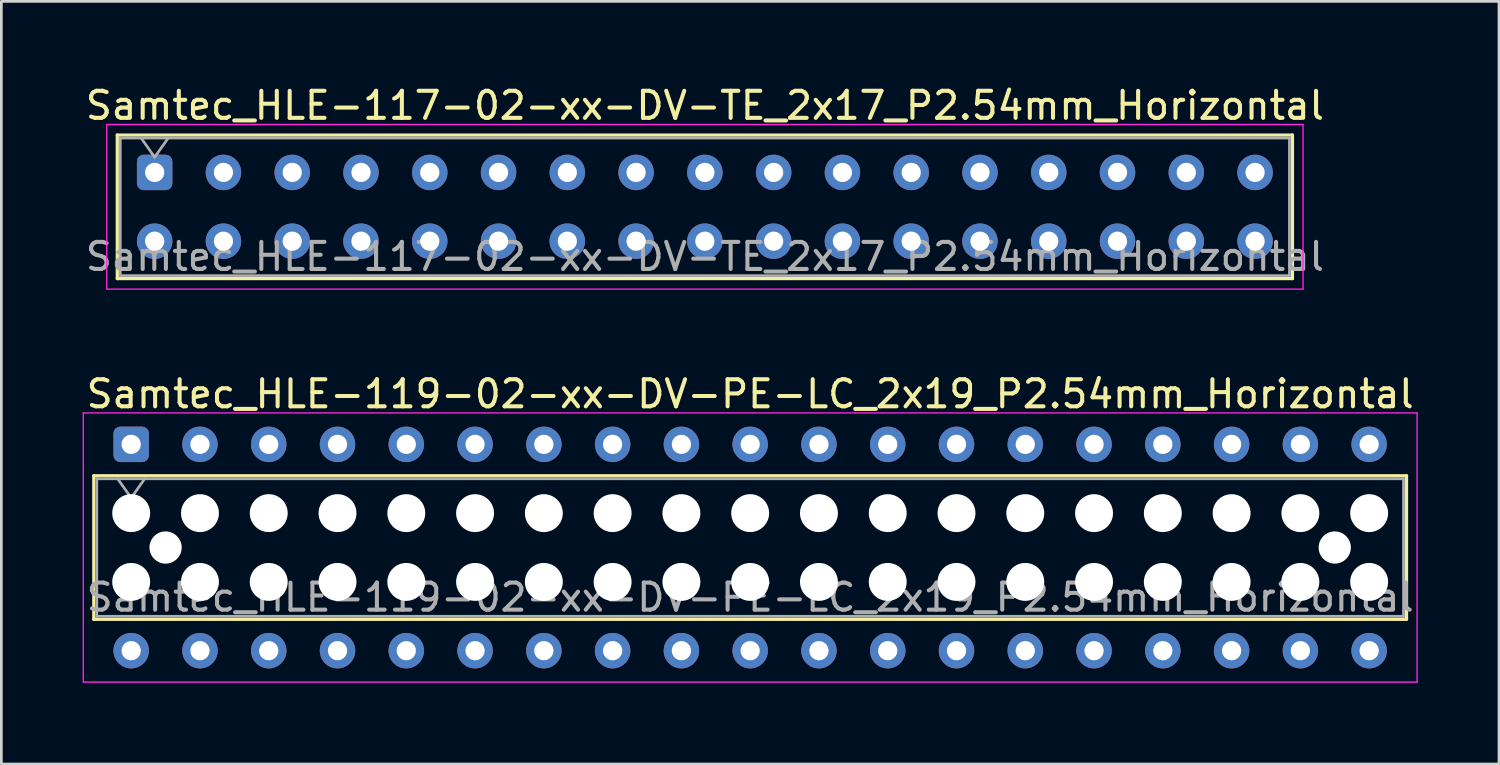
<source format=kicad_pcb>
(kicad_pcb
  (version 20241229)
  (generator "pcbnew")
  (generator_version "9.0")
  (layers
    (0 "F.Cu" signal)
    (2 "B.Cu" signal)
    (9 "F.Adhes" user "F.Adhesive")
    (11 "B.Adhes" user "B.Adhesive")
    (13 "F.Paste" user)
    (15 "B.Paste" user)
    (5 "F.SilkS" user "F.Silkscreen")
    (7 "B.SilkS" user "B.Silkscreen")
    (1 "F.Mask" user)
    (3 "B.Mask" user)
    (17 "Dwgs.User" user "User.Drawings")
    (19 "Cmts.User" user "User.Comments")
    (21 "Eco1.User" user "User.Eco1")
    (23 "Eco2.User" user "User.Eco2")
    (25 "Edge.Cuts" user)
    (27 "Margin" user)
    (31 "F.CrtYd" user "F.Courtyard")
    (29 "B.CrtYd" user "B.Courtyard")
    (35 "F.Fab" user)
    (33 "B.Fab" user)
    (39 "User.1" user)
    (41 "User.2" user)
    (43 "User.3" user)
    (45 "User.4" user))
  (footprint "Samtec_HLE-119-02-xx-DV-PE-LC_2x19_P2.54mm_Horizontal"
    (layer "F.Cu")
    (at 1.795 13.361)
    (property "Reference" "Samtec_HLE-119-02-xx-DV-PE-LC_2x19_P2.54mm_Horizontal" (at 22.86 -1.86 0) (layer "F.SilkS") (effects (font (size 1 1) (thickness 0.15))))
    (attr through_hole)
    (fp_line (start -1.38 1.16) (end 47.1 1.16) (stroke (width 0.12) (type solid)) (layer "F.SilkS"))
    (fp_line (start -1.38 6.46) (end -1.38 1.16) (stroke (width 0.12) (type solid)) (layer "F.SilkS"))
    (fp_line (start 47.1 1.16) (end 47.1 6.46) (stroke (width 0.12) (type solid)) (layer "F.SilkS"))
    (fp_line (start 47.1 6.46) (end -1.38 6.46) (stroke (width 0.12) (type solid)) (layer "F.SilkS"))
    (fp_line (start -1.77 -1.16) (end 47.49 -1.16) (stroke (width 0.05) (type solid)) (layer "F.CrtYd"))
    (fp_line (start -1.77 8.78) (end -1.77 -1.16) (stroke (width 0.05) (type solid)) (layer "F.CrtYd"))
    (fp_line (start 47.49 -1.16) (end 47.49 8.78) (stroke (width 0.05) (type solid)) (layer "F.CrtYd"))
    (fp_line (start 47.49 8.78) (end -1.77 8.78) (stroke (width 0.05) (type solid)) (layer "F.CrtYd"))
    (fp_line (start -1.27 1.27) (end 46.99 1.27) (stroke (width 0.1) (type solid)) (layer "F.Fab"))
    (fp_line (start -1.27 6.35) (end -1.27 1.27) (stroke (width 0.1) (type solid)) (layer "F.Fab"))
    (fp_line (start -0.5 1.27) (end 0 1.977) (stroke (width 0.1) (type solid)) (layer "F.Fab"))
    (fp_line (start 0 1.977) (end 0.5 1.27) (stroke (width 0.1) (type solid)) (layer "F.Fab"))
    (fp_line (start 46.99 1.27) (end 46.99 6.35) (stroke (width 0.1) (type solid)) (layer "F.Fab"))
    (fp_line (start 46.99 6.35) (end -1.27 6.35) (stroke (width 0.1) (type solid)) (layer "F.Fab"))
    (fp_text user "${REFERENCE}" (at 22.86 5.65 0) (layer "F.Fab") (effects (font (size 1 1) (thickness 0.15))))
    (pad "" np_thru_hole circle (at 0 2.54) (size 1.4 1.4) (drill 1.4) (layers "*.Cu" "*.Mask"))
    (pad "" np_thru_hole circle (at 0 5.08) (size 1.4 1.4) (drill 1.4) (layers "*.Cu" "*.Mask"))
    (pad "" np_thru_hole circle (at 1.27 3.81) (size 1.19 1.19) (drill 1.19) (layers "*.Cu" "*.Mask"))
    (pad "" np_thru_hole circle (at 2.54 2.54) (size 1.4 1.4) (drill 1.4) (layers "*.Cu" "*.Mask"))
    (pad "" np_thru_hole circle (at 2.54 5.08) (size 1.4 1.4) (drill 1.4) (layers "*.Cu" "*.Mask"))
    (pad "" np_thru_hole circle (at 5.08 2.54) (size 1.4 1.4) (drill 1.4) (layers "*.Cu" "*.Mask"))
    (pad "" np_thru_hole circle (at 5.08 5.08) (size 1.4 1.4) (drill 1.4) (layers "*.Cu" "*.Mask"))
    (pad "" np_thru_hole circle (at 7.62 2.54) (size 1.4 1.4) (drill 1.4) (layers "*.Cu" "*.Mask"))
    (pad "" np_thru_hole circle (at 7.62 5.08) (size 1.4 1.4) (drill 1.4) (layers "*.Cu" "*.Mask"))
    (pad "" np_thru_hole circle (at 10.16 2.54) (size 1.4 1.4) (drill 1.4) (layers "*.Cu" "*.Mask"))
    (pad "" np_thru_hole circle (at 10.16 5.08) (size 1.4 1.4) (drill 1.4) (layers "*.Cu" "*.Mask"))
    (pad "" np_thru_hole circle (at 12.7 2.54) (size 1.4 1.4) (drill 1.4) (layers "*.Cu" "*.Mask"))
    (pad "" np_thru_hole circle (at 12.7 5.08) (size 1.4 1.4) (drill 1.4) (layers "*.Cu" "*.Mask"))
    (pad "" np_thru_hole circle (at 15.24 2.54) (size 1.4 1.4) (drill 1.4) (layers "*.Cu" "*.Mask"))
    (pad "" np_thru_hole circle (at 15.24 5.08) (size 1.4 1.4) (drill 1.4) (layers "*.Cu" "*.Mask"))
    (pad "" np_thru_hole circle (at 17.78 2.54) (size 1.4 1.4) (drill 1.4) (layers "*.Cu" "*.Mask"))
    (pad "" np_thru_hole circle (at 17.78 5.08) (size 1.4 1.4) (drill 1.4) (layers "*.Cu" "*.Mask"))
    (pad "" np_thru_hole circle (at 20.32 2.54) (size 1.4 1.4) (drill 1.4) (layers "*.Cu" "*.Mask"))
    (pad "" np_thru_hole circle (at 20.32 5.08) (size 1.4 1.4) (drill 1.4) (layers "*.Cu" "*.Mask"))
    (pad "" np_thru_hole circle (at 22.86 2.54) (size 1.4 1.4) (drill 1.4) (layers "*.Cu" "*.Mask"))
    (pad "" np_thru_hole circle (at 22.86 5.08) (size 1.4 1.4) (drill 1.4) (layers "*.Cu" "*.Mask"))
    (pad "" np_thru_hole circle (at 25.4 2.54) (size 1.4 1.4) (drill 1.4) (layers "*.Cu" "*.Mask"))
    (pad "" np_thru_hole circle (at 25.4 5.08) (size 1.4 1.4) (drill 1.4) (layers "*.Cu" "*.Mask"))
    (pad "" np_thru_hole circle (at 27.94 2.54) (size 1.4 1.4) (drill 1.4) (layers "*.Cu" "*.Mask"))
    (pad "" np_thru_hole circle (at 27.94 5.08) (size 1.4 1.4) (drill 1.4) (layers "*.Cu" "*.Mask"))
    (pad "" np_thru_hole circle (at 30.48 2.54) (size 1.4 1.4) (drill 1.4) (layers "*.Cu" "*.Mask"))
    (pad "" np_thru_hole circle (at 30.48 5.08) (size 1.4 1.4) (drill 1.4) (layers "*.Cu" "*.Mask"))
    (pad "" np_thru_hole circle (at 33.02 2.54) (size 1.4 1.4) (drill 1.4) (layers "*.Cu" "*.Mask"))
    (pad "" np_thru_hole circle (at 33.02 5.08) (size 1.4 1.4) (drill 1.4) (layers "*.Cu" "*.Mask"))
    (pad "" np_thru_hole circle (at 35.56 2.54) (size 1.4 1.4) (drill 1.4) (layers "*.Cu" "*.Mask"))
    (pad "" np_thru_hole circle (at 35.56 5.08) (size 1.4 1.4) (drill 1.4) (layers "*.Cu" "*.Mask"))
    (pad "" np_thru_hole circle (at 38.1 2.54) (size 1.4 1.4) (drill 1.4) (layers "*.Cu" "*.Mask"))
    (pad "" np_thru_hole circle (at 38.1 5.08) (size 1.4 1.4) (drill 1.4) (layers "*.Cu" "*.Mask"))
    (pad "" np_thru_hole circle (at 40.64 2.54) (size 1.4 1.4) (drill 1.4) (layers "*.Cu" "*.Mask"))
    (pad "" np_thru_hole circle (at 40.64 5.08) (size 1.4 1.4) (drill 1.4) (layers "*.Cu" "*.Mask"))
    (pad "" np_thru_hole circle (at 43.18 2.54) (size 1.4 1.4) (drill 1.4) (layers "*.Cu" "*.Mask"))
    (pad "" np_thru_hole circle (at 43.18 5.08) (size 1.4 1.4) (drill 1.4) (layers "*.Cu" "*.Mask"))
    (pad "" np_thru_hole circle (at 44.45 3.81) (size 1.19 1.19) (drill 1.19) (layers "*.Cu" "*.Mask"))
    (pad "" np_thru_hole circle (at 45.72 2.54) (size 1.4 1.4) (drill 1.4) (layers "*.Cu" "*.Mask"))
    (pad "" np_thru_hole circle (at 45.72 5.08) (size 1.4 1.4) (drill 1.4) (layers "*.Cu" "*.Mask"))
    (pad "1" thru_hole roundrect (at 0 0) (size 1.31 1.31) (drill 0.71) (layers "*.Cu" "*.Mask") (roundrect_rratio 0.191))
    (pad "2" thru_hole circle (at 0 7.62) (size 1.31 1.31) (drill 0.71) (layers "*.Cu" "*.Mask"))
    (pad "3" thru_hole circle (at 2.54 0) (size 1.31 1.31) (drill 0.71) (layers "*.Cu" "*.Mask"))
    (pad "4" thru_hole circle (at 2.54 7.62) (size 1.31 1.31) (drill 0.71) (layers "*.Cu" "*.Mask"))
    (pad "5" thru_hole circle (at 5.08 0) (size 1.31 1.31) (drill 0.71) (layers "*.Cu" "*.Mask"))
    (pad "6" thru_hole circle (at 5.08 7.62) (size 1.31 1.31) (drill 0.71) (layers "*.Cu" "*.Mask"))
    (pad "7" thru_hole circle (at 7.62 0) (size 1.31 1.31) (drill 0.71) (layers "*.Cu" "*.Mask"))
    (pad "8" thru_hole circle (at 7.62 7.62) (size 1.31 1.31) (drill 0.71) (layers "*.Cu" "*.Mask"))
    (pad "9" thru_hole circle (at 10.16 0) (size 1.31 1.31) (drill 0.71) (layers "*.Cu" "*.Mask"))
    (pad "10" thru_hole circle (at 10.16 7.62) (size 1.31 1.31) (drill 0.71) (layers "*.Cu" "*.Mask"))
    (pad "11" thru_hole circle (at 12.7 0) (size 1.31 1.31) (drill 0.71) (layers "*.Cu" "*.Mask"))
    (pad "12" thru_hole circle (at 12.7 7.62) (size 1.31 1.31) (drill 0.71) (layers "*.Cu" "*.Mask"))
    (pad "13" thru_hole circle (at 15.24 0) (size 1.31 1.31) (drill 0.71) (layers "*.Cu" "*.Mask"))
    (pad "14" thru_hole circle (at 15.24 7.62) (size 1.31 1.31) (drill 0.71) (layers "*.Cu" "*.Mask"))
    (pad "15" thru_hole circle (at 17.78 0) (size 1.31 1.31) (drill 0.71) (layers "*.Cu" "*.Mask"))
    (pad "16" thru_hole circle (at 17.78 7.62) (size 1.31 1.31) (drill 0.71) (layers "*.Cu" "*.Mask"))
    (pad "17" thru_hole circle (at 20.32 0) (size 1.31 1.31) (drill 0.71) (layers "*.Cu" "*.Mask"))
    (pad "18" thru_hole circle (at 20.32 7.62) (size 1.31 1.31) (drill 0.71) (layers "*.Cu" "*.Mask"))
    (pad "19" thru_hole circle (at 22.86 0) (size 1.31 1.31) (drill 0.71) (layers "*.Cu" "*.Mask"))
    (pad "20" thru_hole circle (at 22.86 7.62) (size 1.31 1.31) (drill 0.71) (layers "*.Cu" "*.Mask"))
    (pad "21" thru_hole circle (at 25.4 0) (size 1.31 1.31) (drill 0.71) (layers "*.Cu" "*.Mask"))
    (pad "22" thru_hole circle (at 25.4 7.62) (size 1.31 1.31) (drill 0.71) (layers "*.Cu" "*.Mask"))
    (pad "23" thru_hole circle (at 27.94 0) (size 1.31 1.31) (drill 0.71) (layers "*.Cu" "*.Mask"))
    (pad "24" thru_hole circle (at 27.94 7.62) (size 1.31 1.31) (drill 0.71) (layers "*.Cu" "*.Mask"))
    (pad "25" thru_hole circle (at 30.48 0) (size 1.31 1.31) (drill 0.71) (layers "*.Cu" "*.Mask"))
    (pad "26" thru_hole circle (at 30.48 7.62) (size 1.31 1.31) (drill 0.71) (layers "*.Cu" "*.Mask"))
    (pad "27" thru_hole circle (at 33.02 0) (size 1.31 1.31) (drill 0.71) (layers "*.Cu" "*.Mask"))
    (pad "28" thru_hole circle (at 33.02 7.62) (size 1.31 1.31) (drill 0.71) (layers "*.Cu" "*.Mask"))
    (pad "29" thru_hole circle (at 35.56 0) (size 1.31 1.31) (drill 0.71) (layers "*.Cu" "*.Mask"))
    (pad "30" thru_hole circle (at 35.56 7.62) (size 1.31 1.31) (drill 0.71) (layers "*.Cu" "*.Mask"))
    (pad "31" thru_hole circle (at 38.1 0) (size 1.31 1.31) (drill 0.71) (layers "*.Cu" "*.Mask"))
    (pad "32" thru_hole circle (at 38.1 7.62) (size 1.31 1.31) (drill 0.71) (layers "*.Cu" "*.Mask"))
    (pad "33" thru_hole circle (at 40.64 0) (size 1.31 1.31) (drill 0.71) (layers "*.Cu" "*.Mask"))
    (pad "34" thru_hole circle (at 40.64 7.62) (size 1.31 1.31) (drill 0.71) (layers "*.Cu" "*.Mask"))
    (pad "35" thru_hole circle (at 43.18 0) (size 1.31 1.31) (drill 0.71) (layers "*.Cu" "*.Mask"))
    (pad "36" thru_hole circle (at 43.18 7.62) (size 1.31 1.31) (drill 0.71) (layers "*.Cu" "*.Mask"))
    (pad "37" thru_hole circle (at 45.72 0) (size 1.31 1.31) (drill 0.71) (layers "*.Cu" "*.Mask"))
    (pad "38" thru_hole circle (at 45.72 7.62) (size 1.31 1.31) (drill 0.71) (layers "*.Cu" "*.Mask")))
  (footprint "Samtec_HLE-117-02-xx-DV-TE_2x17_P2.54mm_Horizontal"
    (layer "F.Cu")
    (at 2.662 3.318)
    (property "Reference" "Samtec_HLE-117-02-xx-DV-TE_2x17_P2.54mm_Horizontal" (at 20.32 -2.47 0) (layer "F.SilkS") (effects (font (size 1 1) (thickness 0.15))))
    (attr through_hole)
    (fp_line (start -1.38 -1.38) (end 42.02 -1.38) (stroke (width 0.12) (type solid)) (layer "F.SilkS"))
    (fp_line (start -1.38 3.92) (end -1.38 -1.38) (stroke (width 0.12) (type solid)) (layer "F.SilkS"))
    (fp_line (start 42.02 -1.38) (end 42.02 3.92) (stroke (width 0.12) (type solid)) (layer "F.SilkS"))
    (fp_line (start 42.02 3.92) (end -1.38 3.92) (stroke (width 0.12) (type solid)) (layer "F.SilkS"))
    (fp_line (start -1.77 -1.77) (end 42.41 -1.77) (stroke (width 0.05) (type solid)) (layer "F.CrtYd"))
    (fp_line (start -1.77 4.31) (end -1.77 -1.77) (stroke (width 0.05) (type solid)) (layer "F.CrtYd"))
    (fp_line (start 42.41 -1.77) (end 42.41 4.31) (stroke (width 0.05) (type solid)) (layer "F.CrtYd"))
    (fp_line (start 42.41 4.31) (end -1.77 4.31) (stroke (width 0.05) (type solid)) (layer "F.CrtYd"))
    (fp_line (start -1.27 -1.27) (end 41.91 -1.27) (stroke (width 0.1) (type solid)) (layer "F.Fab"))
    (fp_line (start -1.27 3.81) (end -1.27 -1.27) (stroke (width 0.1) (type solid)) (layer "F.Fab"))
    (fp_line (start -0.5 -1.27) (end 0 -0.563) (stroke (width 0.1) (type solid)) (layer "F.Fab"))
    (fp_line (start 0 -0.563) (end 0.5 -1.27) (stroke (width 0.1) (type solid)) (layer "F.Fab"))
    (fp_line (start 41.91 -1.27) (end 41.91 3.81) (stroke (width 0.1) (type solid)) (layer "F.Fab"))
    (fp_line (start 41.91 3.81) (end -1.27 3.81) (stroke (width 0.1) (type solid)) (layer "F.Fab"))
    (fp_text user "${REFERENCE}" (at 20.32 3.11 0) (layer "F.Fab") (effects (font (size 1 1) (thickness 0.15))))
    (pad "1" thru_hole roundrect (at 0 0) (size 1.31 1.31) (drill 0.71) (layers "*.Cu" "*.Mask") (roundrect_rratio 0.191))
    (pad "2" thru_hole circle (at 0 2.54) (size 1.31 1.31) (drill 0.71) (layers "*.Cu" "*.Mask"))
    (pad "3" thru_hole circle (at 2.54 0) (size 1.31 1.31) (drill 0.71) (layers "*.Cu" "*.Mask"))
    (pad "4" thru_hole circle (at 2.54 2.54) (size 1.31 1.31) (drill 0.71) (layers "*.Cu" "*.Mask"))
    (pad "5" thru_hole circle (at 5.08 0) (size 1.31 1.31) (drill 0.71) (layers "*.Cu" "*.Mask"))
    (pad "6" thru_hole circle (at 5.08 2.54) (size 1.31 1.31) (drill 0.71) (layers "*.Cu" "*.Mask"))
    (pad "7" thru_hole circle (at 7.62 0) (size 1.31 1.31) (drill 0.71) (layers "*.Cu" "*.Mask"))
    (pad "8" thru_hole circle (at 7.62 2.54) (size 1.31 1.31) (drill 0.71) (layers "*.Cu" "*.Mask"))
    (pad "9" thru_hole circle (at 10.16 0) (size 1.31 1.31) (drill 0.71) (layers "*.Cu" "*.Mask"))
    (pad "10" thru_hole circle (at 10.16 2.54) (size 1.31 1.31) (drill 0.71) (layers "*.Cu" "*.Mask"))
    (pad "11" thru_hole circle (at 12.7 0) (size 1.31 1.31) (drill 0.71) (layers "*.Cu" "*.Mask"))
    (pad "12" thru_hole circle (at 12.7 2.54) (size 1.31 1.31) (drill 0.71) (layers "*.Cu" "*.Mask"))
    (pad "13" thru_hole circle (at 15.24 0) (size 1.31 1.31) (drill 0.71) (layers "*.Cu" "*.Mask"))
    (pad "14" thru_hole circle (at 15.24 2.54) (size 1.31 1.31) (drill 0.71) (layers "*.Cu" "*.Mask"))
    (pad "15" thru_hole circle (at 17.78 0) (size 1.31 1.31) (drill 0.71) (layers "*.Cu" "*.Mask"))
    (pad "16" thru_hole circle (at 17.78 2.54) (size 1.31 1.31) (drill 0.71) (layers "*.Cu" "*.Mask"))
    (pad "17" thru_hole circle (at 20.32 0) (size 1.31 1.31) (drill 0.71) (layers "*.Cu" "*.Mask"))
    (pad "18" thru_hole circle (at 20.32 2.54) (size 1.31 1.31) (drill 0.71) (layers "*.Cu" "*.Mask"))
    (pad "19" thru_hole circle (at 22.86 0) (size 1.31 1.31) (drill 0.71) (layers "*.Cu" "*.Mask"))
    (pad "20" thru_hole circle (at 22.86 2.54) (size 1.31 1.31) (drill 0.71) (layers "*.Cu" "*.Mask"))
    (pad "21" thru_hole circle (at 25.4 0) (size 1.31 1.31) (drill 0.71) (layers "*.Cu" "*.Mask"))
    (pad "22" thru_hole circle (at 25.4 2.54) (size 1.31 1.31) (drill 0.71) (layers "*.Cu" "*.Mask"))
    (pad "23" thru_hole circle (at 27.94 0) (size 1.31 1.31) (drill 0.71) (layers "*.Cu" "*.Mask"))
    (pad "24" thru_hole circle (at 27.94 2.54) (size 1.31 1.31) (drill 0.71) (layers "*.Cu" "*.Mask"))
    (pad "25" thru_hole circle (at 30.48 0) (size 1.31 1.31) (drill 0.71) (layers "*.Cu" "*.Mask"))
    (pad "26" thru_hole circle (at 30.48 2.54) (size 1.31 1.31) (drill 0.71) (layers "*.Cu" "*.Mask"))
    (pad "27" thru_hole circle (at 33.02 0) (size 1.31 1.31) (drill 0.71) (layers "*.Cu" "*.Mask"))
    (pad "28" thru_hole circle (at 33.02 2.54) (size 1.31 1.31) (drill 0.71) (layers "*.Cu" "*.Mask"))
    (pad "29" thru_hole circle (at 35.56 0) (size 1.31 1.31) (drill 0.71) (layers "*.Cu" "*.Mask"))
    (pad "30" thru_hole circle (at 35.56 2.54) (size 1.31 1.31) (drill 0.71) (layers "*.Cu" "*.Mask"))
    (pad "31" thru_hole circle (at 38.1 0) (size 1.31 1.31) (drill 0.71) (layers "*.Cu" "*.Mask"))
    (pad "32" thru_hole circle (at 38.1 2.54) (size 1.31 1.31) (drill 0.71) (layers "*.Cu" "*.Mask"))
    (pad "33" thru_hole circle (at 40.64 0) (size 1.31 1.31) (drill 0.71) (layers "*.Cu" "*.Mask"))
    (pad "34" thru_hole circle (at 40.64 2.54) (size 1.31 1.31) (drill 0.71) (layers "*.Cu" "*.Mask")))
  (gr_rect
    (start -3 -3)
    (end 52.31 25.166)
    (stroke (width 0.1) (type default))
    (fill no)
    (layer "Edge.Cuts")))
</source>
